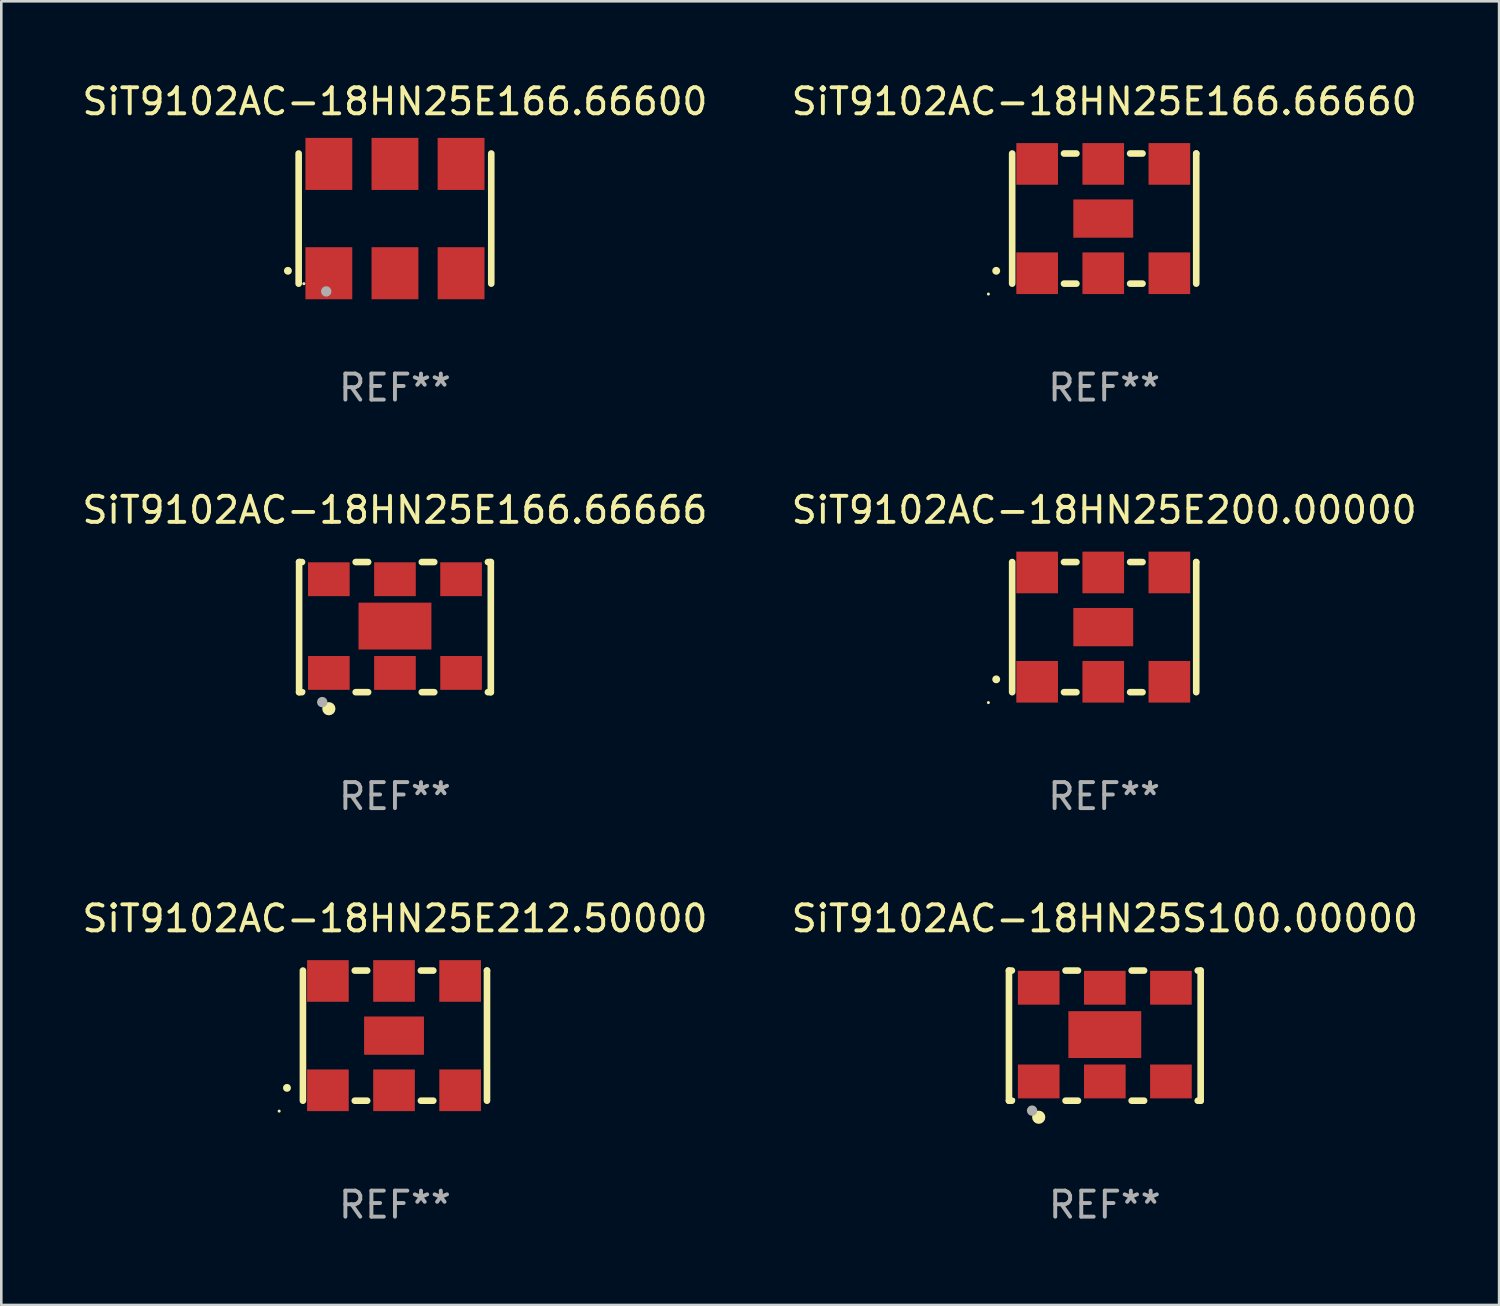
<source format=kicad_pcb>
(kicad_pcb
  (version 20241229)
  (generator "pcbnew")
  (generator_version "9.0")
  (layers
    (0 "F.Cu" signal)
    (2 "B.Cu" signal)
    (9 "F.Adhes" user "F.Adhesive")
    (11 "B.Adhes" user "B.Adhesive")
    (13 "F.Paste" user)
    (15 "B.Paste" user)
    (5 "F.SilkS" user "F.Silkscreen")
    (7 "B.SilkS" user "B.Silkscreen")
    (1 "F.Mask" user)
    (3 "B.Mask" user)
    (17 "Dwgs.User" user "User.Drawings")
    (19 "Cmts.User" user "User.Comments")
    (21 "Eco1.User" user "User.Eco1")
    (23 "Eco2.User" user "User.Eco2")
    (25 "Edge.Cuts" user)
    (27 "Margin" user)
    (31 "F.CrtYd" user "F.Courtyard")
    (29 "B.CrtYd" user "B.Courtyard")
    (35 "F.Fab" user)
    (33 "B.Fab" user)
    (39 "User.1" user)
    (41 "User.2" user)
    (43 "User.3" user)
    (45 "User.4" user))
  (footprint "SiT9102AC-18HN25E212.50000"
    (layer "F.Cu")
    (at 12.125 36.741)
    (property "Reference" "SiT9102AC-18HN25E212.50000" (at 0 -4.5 0) (layer "F.SilkS") (effects (font (size 1 1) (thickness 0.15))))
    (attr through_hole)
    (fp_line (start -3.536 -2.5) (end -3.536 2.5) (stroke (width 0.254) (type solid)) (layer "F.SilkS"))
    (fp_line (start -1.544 2.5) (end -1.067 2.5) (stroke (width 0.254) (type solid)) (layer "F.SilkS"))
    (fp_line (start -1.067 -2.5) (end -1.544 -2.5) (stroke (width 0.254) (type solid)) (layer "F.SilkS"))
    (fp_line (start 0.996 2.5) (end 1.473 2.5) (stroke (width 0.254) (type solid)) (layer "F.SilkS"))
    (fp_line (start 1.473 -2.5) (end 0.996 -2.5) (stroke (width 0.254) (type solid)) (layer "F.SilkS"))
    (fp_line (start 3.536 -2.5) (end 3.536 -2.5) (stroke (width 0.254) (type solid)) (layer "F.SilkS"))
    (fp_line (start 3.536 2.5) (end 3.536 -2.5) (stroke (width 0.254) (type solid)) (layer "F.SilkS"))
    (fp_arc (start -4.150432 2.006604) (mid -4.149162 2.006599) (end -4.147892 2.006604) (stroke (width 0.3) (type solid)) (layer "F.SilkS"))
    (fp_circle (center -4.449 2.9) (end -4.419 2.9) (stroke (width 0.06) (type solid)) (fill no) (layer "F.SilkS"))
    (fp_text user "REF**" (at 0 6.5 0) (layer "F.Fab") (effects (font (size 1 1) (thickness 0.15))))
    (pad "1" smd rect (at -2.576 2.1) (size 1.6 1.6) (layers "F.Cu" "F.Mask" "F.Paste"))
    (pad "2" smd rect (at -0.036 2.1) (size 1.6 1.6) (layers "F.Cu" "F.Mask" "F.Paste"))
    (pad "3" smd rect (at 2.504 2.1) (size 1.6 1.6) (layers "F.Cu" "F.Mask" "F.Paste"))
    (pad "4" smd rect (at 2.504 -2.1) (size 1.6 1.6) (layers "F.Cu" "F.Mask" "F.Paste"))
    (pad "5" smd rect (at -0.036 -2.1) (size 1.6 1.6) (layers "F.Cu" "F.Mask" "F.Paste"))
    (pad "6" smd rect (at -2.576 -2.1) (size 1.6 1.6) (layers "F.Cu" "F.Mask" "F.Paste"))
    (pad "7" smd rect (at -0.036 0) (size 2.3 1.47) (layers "F.Cu" "F.Mask" "F.Paste")))
  (footprint "SiT9102AC-18HN25E166.66660"
    (layer "F.Cu")
    (at 39.375 5.348)
    (property "Reference" "SiT9102AC-18HN25E166.66660" (at 0 -4.5 0) (layer "F.SilkS") (effects (font (size 1 1) (thickness 0.15))))
    (attr through_hole)
    (fp_line (start -3.536 -2.5) (end -3.536 2.5) (stroke (width 0.254) (type solid)) (layer "F.SilkS"))
    (fp_line (start -1.544 2.5) (end -1.067 2.5) (stroke (width 0.254) (type solid)) (layer "F.SilkS"))
    (fp_line (start -1.067 -2.5) (end -1.544 -2.5) (stroke (width 0.254) (type solid)) (layer "F.SilkS"))
    (fp_line (start 0.996 2.5) (end 1.473 2.5) (stroke (width 0.254) (type solid)) (layer "F.SilkS"))
    (fp_line (start 1.473 -2.5) (end 0.996 -2.5) (stroke (width 0.254) (type solid)) (layer "F.SilkS"))
    (fp_line (start 3.536 -2.5) (end 3.536 -2.5) (stroke (width 0.254) (type solid)) (layer "F.SilkS"))
    (fp_line (start 3.536 2.5) (end 3.536 -2.5) (stroke (width 0.254) (type solid)) (layer "F.SilkS"))
    (fp_arc (start -4.150432 2.006604) (mid -4.149162 2.006599) (end -4.147892 2.006604) (stroke (width 0.3) (type solid)) (layer "F.SilkS"))
    (fp_circle (center -4.449 2.9) (end -4.419 2.9) (stroke (width 0.06) (type solid)) (fill no) (layer "F.SilkS"))
    (fp_text user "REF**" (at 0 6.5 0) (layer "F.Fab") (effects (font (size 1 1) (thickness 0.15))))
    (pad "1" smd rect (at -2.576 2.1) (size 1.6 1.6) (layers "F.Cu" "F.Mask" "F.Paste"))
    (pad "2" smd rect (at -0.036 2.1) (size 1.6 1.6) (layers "F.Cu" "F.Mask" "F.Paste"))
    (pad "3" smd rect (at 2.504 2.1) (size 1.6 1.6) (layers "F.Cu" "F.Mask" "F.Paste"))
    (pad "4" smd rect (at 2.504 -2.1) (size 1.6 1.6) (layers "F.Cu" "F.Mask" "F.Paste"))
    (pad "5" smd rect (at -0.036 -2.1) (size 1.6 1.6) (layers "F.Cu" "F.Mask" "F.Paste"))
    (pad "6" smd rect (at -2.576 -2.1) (size 1.6 1.6) (layers "F.Cu" "F.Mask" "F.Paste"))
    (pad "7" smd rect (at -0.036 0) (size 2.3 1.47) (layers "F.Cu" "F.Mask" "F.Paste")))
  (footprint "SiT9102AC-18HN25S100.00000"
    (layer "F.Cu")
    (at 39.399 36.741)
    (property "Reference" "SiT9102AC-18HN25S100.00000" (at 0 -4.5 0) (layer "F.SilkS") (effects (font (size 1 1) (thickness 0.15))))
    (attr through_hole)
    (fp_line (start -3.683 -2.5) (end -3.571 -2.5) (stroke (width 0.254) (type solid)) (layer "F.SilkS"))
    (fp_line (start -3.683 2.5) (end -3.683 -2.5) (stroke (width 0.254) (type solid)) (layer "F.SilkS"))
    (fp_line (start -3.683 2.5) (end -3.571 2.5) (stroke (width 0.254) (type solid)) (layer "F.SilkS"))
    (fp_line (start -1.509 -2.5) (end -1.031 -2.5) (stroke (width 0.254) (type solid)) (layer "F.SilkS"))
    (fp_line (start -1.509 2.5) (end -1.031 2.5) (stroke (width 0.254) (type solid)) (layer "F.SilkS"))
    (fp_line (start 1.031 -2.5) (end 1.509 -2.5) (stroke (width 0.254) (type solid)) (layer "F.SilkS"))
    (fp_line (start 1.031 2.5) (end 1.509 2.5) (stroke (width 0.254) (type solid)) (layer "F.SilkS"))
    (fp_line (start 3.571 -2.5) (end 3.683 -2.5) (stroke (width 0.254) (type solid)) (layer "F.SilkS"))
    (fp_line (start 3.571 2.5) (end 3.683 2.5) (stroke (width 0.254) (type solid)) (layer "F.SilkS"))
    (fp_line (start 3.683 2.5) (end 3.683 -2.5) (stroke (width 0.254) (type solid)) (layer "F.SilkS"))
    (fp_circle (center -3.5 2.46) (end -3.47 2.46) (stroke (width 0.06) (type solid)) (fill no) (layer "F.SilkS"))
    (fp_circle (center -2.54 3.135) (end -2.413 3.135) (stroke (width 0.254) (type solid)) (fill no) (layer "F.SilkS"))
    (fp_circle (center -2.794 2.881) (end -2.694 2.881) (stroke (width 0.2) (type solid)) (fill no) (layer "F.Fab"))
    (fp_text user "REF**" (at 0 6.5 0) (layer "F.Fab") (effects (font (size 1 1) (thickness 0.15))))
    (pad "1" smd rect (at -2.54 1.76) (size 1.6 1.3) (layers "F.Cu" "F.Mask" "F.Paste"))
    (pad "2" smd rect (at 0 1.76) (size 1.6 1.3) (layers "F.Cu" "F.Mask" "F.Paste"))
    (pad "3" smd rect (at 2.54 1.76) (size 1.6 1.3) (layers "F.Cu" "F.Mask" "F.Paste"))
    (pad "4" smd rect (at 2.54 -1.84) (size 1.6 1.3) (layers "F.Cu" "F.Mask" "F.Paste"))
    (pad "5" smd rect (at 0 -1.84) (size 1.6 1.3) (layers "F.Cu" "F.Mask" "F.Paste"))
    (pad "6" smd rect (at -2.54 -1.84) (size 1.6 1.3) (layers "F.Cu" "F.Mask" "F.Paste"))
    (pad "7" smd rect (at 0 -0.04) (size 2.8 1.8) (layers "F.Cu" "F.Mask" "F.Paste")))
  (footprint "SiT9102AC-18HN25E166.66600"
    (layer "F.Cu")
    (at 12.125 5.348)
    (property "Reference" "SiT9102AC-18HN25E166.66600" (at 0 -4.5 0) (layer "F.SilkS") (effects (font (size 1 1) (thickness 0.15))))
    (attr through_hole)
    (fp_line (start -3.7 -2.5) (end -3.7 2.5) (stroke (width 0.254) (type solid)) (layer "F.SilkS"))
    (fp_line (start 3.7 -2.5) (end 3.7 2.5) (stroke (width 0.254) (type solid)) (layer "F.SilkS"))
    (fp_arc (start -4.114415 2.006604) (mid -4.113145 2.006599) (end -4.111875 2.006604) (stroke (width 0.3) (type solid)) (layer "F.SilkS"))
    (fp_circle (center -3.5 2.501) (end -3.47 2.501) (stroke (width 0.06) (type solid)) (fill no) (layer "F.SilkS"))
    (fp_circle (center -2.641 2.799) (end -2.541 2.799) (stroke (width 0.2) (type solid)) (fill no) (layer "F.Fab"))
    (fp_text user "REF**" (at 0 6.5 0) (layer "F.Fab") (effects (font (size 1 1) (thickness 0.15))))
    (pad "1" smd rect (at -2.54 2.1) (size 1.8 2) (layers "F.Cu" "F.Mask" "F.Paste"))
    (pad "2" smd rect (at 0.000394 2.1) (size 1.8 2) (layers "F.Cu" "F.Mask" "F.Paste"))
    (pad "3" smd rect (at 2.54 2.1) (size 1.8 2) (layers "F.Cu" "F.Mask" "F.Paste"))
    (pad "4" smd rect (at 2.54 -2.1) (size 1.8 2) (layers "F.Cu" "F.Mask" "F.Paste"))
    (pad "5" smd rect (at 0.000394 -2.1) (size 1.8 2) (layers "F.Cu" "F.Mask" "F.Paste"))
    (pad "6" smd rect (at -2.54 -2.1) (size 1.8 2) (layers "F.Cu" "F.Mask" "F.Paste")))
  (footprint "SiT9102AC-18HN25E200.00000"
    (layer "F.Cu")
    (at 39.375 21.045)
    (property "Reference" "SiT9102AC-18HN25E200.00000" (at 0 -4.5 0) (layer "F.SilkS") (effects (font (size 1 1) (thickness 0.15))))
    (attr through_hole)
    (fp_line (start -3.536 -2.5) (end -3.536 2.5) (stroke (width 0.254) (type solid)) (layer "F.SilkS"))
    (fp_line (start -1.544 2.5) (end -1.067 2.5) (stroke (width 0.254) (type solid)) (layer "F.SilkS"))
    (fp_line (start -1.067 -2.5) (end -1.544 -2.5) (stroke (width 0.254) (type solid)) (layer "F.SilkS"))
    (fp_line (start 0.996 2.5) (end 1.473 2.5) (stroke (width 0.254) (type solid)) (layer "F.SilkS"))
    (fp_line (start 1.473 -2.5) (end 0.996 -2.5) (stroke (width 0.254) (type solid)) (layer "F.SilkS"))
    (fp_line (start 3.536 -2.5) (end 3.536 -2.5) (stroke (width 0.254) (type solid)) (layer "F.SilkS"))
    (fp_line (start 3.536 2.5) (end 3.536 -2.5) (stroke (width 0.254) (type solid)) (layer "F.SilkS"))
    (fp_arc (start -4.150432 2.006604) (mid -4.149162 2.006599) (end -4.147892 2.006604) (stroke (width 0.3) (type solid)) (layer "F.SilkS"))
    (fp_circle (center -4.449 2.9) (end -4.419 2.9) (stroke (width 0.06) (type solid)) (fill no) (layer "F.SilkS"))
    (fp_text user "REF**" (at 0 6.5 0) (layer "F.Fab") (effects (font (size 1 1) (thickness 0.15))))
    (pad "1" smd rect (at -2.576 2.1) (size 1.6 1.6) (layers "F.Cu" "F.Mask" "F.Paste"))
    (pad "2" smd rect (at -0.036 2.1) (size 1.6 1.6) (layers "F.Cu" "F.Mask" "F.Paste"))
    (pad "3" smd rect (at 2.504 2.1) (size 1.6 1.6) (layers "F.Cu" "F.Mask" "F.Paste"))
    (pad "4" smd rect (at 2.504 -2.1) (size 1.6 1.6) (layers "F.Cu" "F.Mask" "F.Paste"))
    (pad "5" smd rect (at -0.036 -2.1) (size 1.6 1.6) (layers "F.Cu" "F.Mask" "F.Paste"))
    (pad "6" smd rect (at -2.576 -2.1) (size 1.6 1.6) (layers "F.Cu" "F.Mask" "F.Paste"))
    (pad "7" smd rect (at -0.036 0) (size 2.3 1.47) (layers "F.Cu" "F.Mask" "F.Paste")))
  (footprint "SiT9102AC-18HN25E166.66666"
    (layer "F.Cu")
    (at 12.125 21.045)
    (property "Reference" "SiT9102AC-18HN25E166.66666" (at 0 -4.5 0) (layer "F.SilkS") (effects (font (size 1 1) (thickness 0.15))))
    (attr through_hole)
    (fp_line (start -3.683 -2.5) (end -3.571 -2.5) (stroke (width 0.254) (type solid)) (layer "F.SilkS"))
    (fp_line (start -3.683 2.5) (end -3.683 -2.5) (stroke (width 0.254) (type solid)) (layer "F.SilkS"))
    (fp_line (start -3.683 2.5) (end -3.571 2.5) (stroke (width 0.254) (type solid)) (layer "F.SilkS"))
    (fp_line (start -1.509 -2.5) (end -1.031 -2.5) (stroke (width 0.254) (type solid)) (layer "F.SilkS"))
    (fp_line (start -1.509 2.5) (end -1.031 2.5) (stroke (width 0.254) (type solid)) (layer "F.SilkS"))
    (fp_line (start 1.031 -2.5) (end 1.509 -2.5) (stroke (width 0.254) (type solid)) (layer "F.SilkS"))
    (fp_line (start 1.031 2.5) (end 1.509 2.5) (stroke (width 0.254) (type solid)) (layer "F.SilkS"))
    (fp_line (start 3.571 -2.5) (end 3.683 -2.5) (stroke (width 0.254) (type solid)) (layer "F.SilkS"))
    (fp_line (start 3.571 2.5) (end 3.683 2.5) (stroke (width 0.254) (type solid)) (layer "F.SilkS"))
    (fp_line (start 3.683 2.5) (end 3.683 -2.5) (stroke (width 0.254) (type solid)) (layer "F.SilkS"))
    (fp_circle (center -3.5 2.46) (end -3.47 2.46) (stroke (width 0.06) (type solid)) (fill no) (layer "F.SilkS"))
    (fp_circle (center -2.54 3.135) (end -2.413 3.135) (stroke (width 0.254) (type solid)) (fill no) (layer "F.SilkS"))
    (fp_circle (center -2.794 2.881) (end -2.694 2.881) (stroke (width 0.2) (type solid)) (fill no) (layer "F.Fab"))
    (fp_text user "REF**" (at 0 6.5 0) (layer "F.Fab") (effects (font (size 1 1) (thickness 0.15))))
    (pad "1" smd rect (at -2.54 1.76) (size 1.6 1.3) (layers "F.Cu" "F.Mask" "F.Paste"))
    (pad "2" smd rect (at 0 1.76) (size 1.6 1.3) (layers "F.Cu" "F.Mask" "F.Paste"))
    (pad "3" smd rect (at 2.54 1.76) (size 1.6 1.3) (layers "F.Cu" "F.Mask" "F.Paste"))
    (pad "4" smd rect (at 2.54 -1.84) (size 1.6 1.3) (layers "F.Cu" "F.Mask" "F.Paste"))
    (pad "5" smd rect (at 0 -1.84) (size 1.6 1.3) (layers "F.Cu" "F.Mask" "F.Paste"))
    (pad "6" smd rect (at -2.54 -1.84) (size 1.6 1.3) (layers "F.Cu" "F.Mask" "F.Paste"))
    (pad "7" smd rect (at 0 -0.04) (size 2.8 1.8) (layers "F.Cu" "F.Mask" "F.Paste")))
  (gr_rect
    (start -3 -3)
    (end 54.548 47.09)
    (stroke (width 0.1) (type default))
    (fill no)
    (layer "Edge.Cuts")))
</source>
